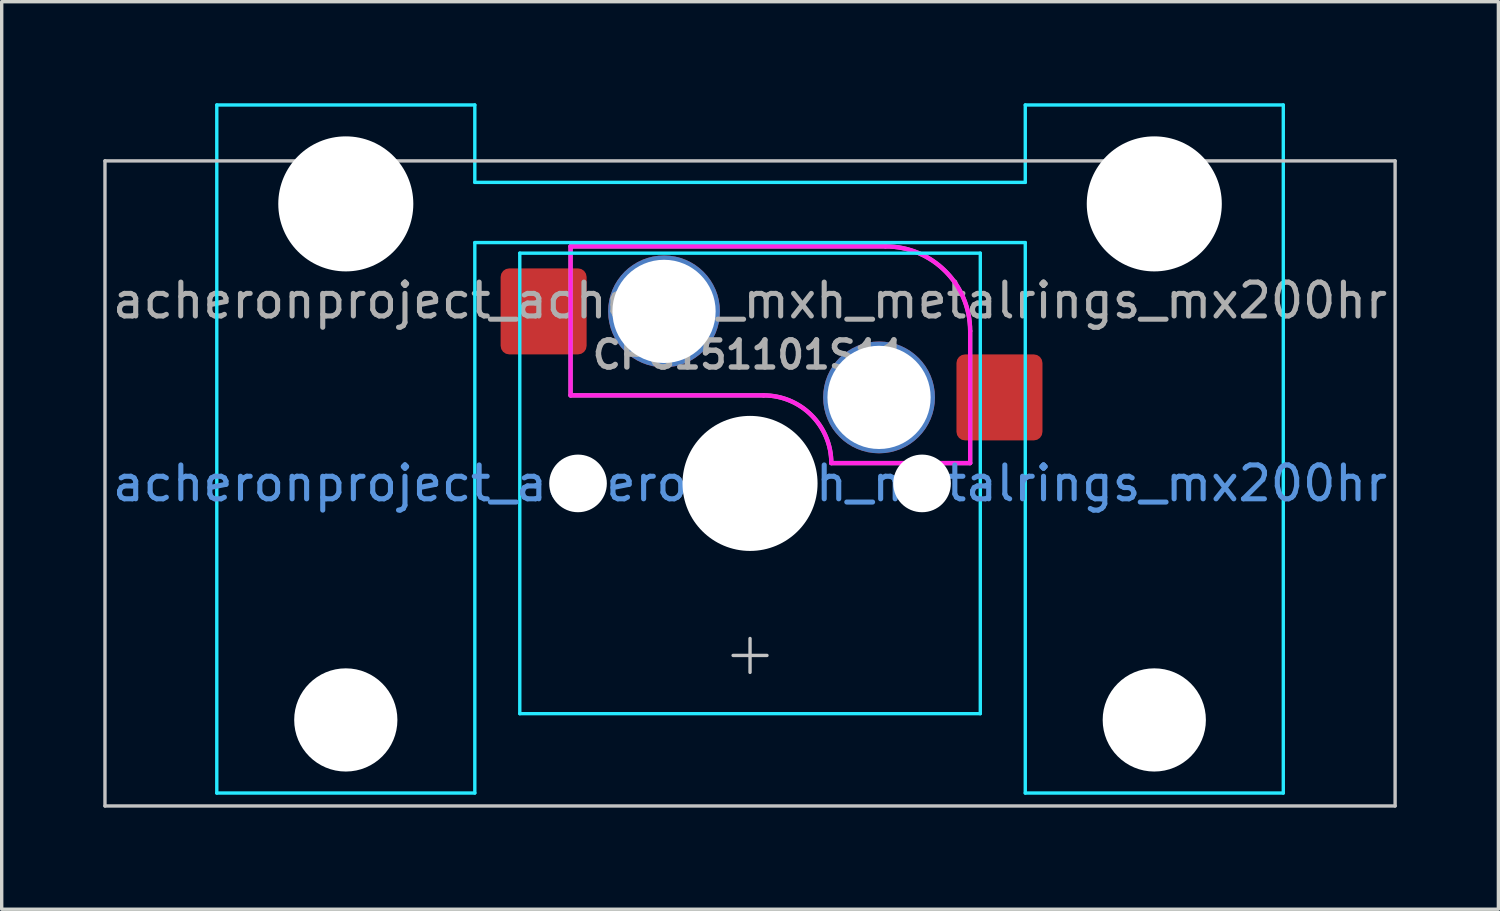
<source format=kicad_pcb>
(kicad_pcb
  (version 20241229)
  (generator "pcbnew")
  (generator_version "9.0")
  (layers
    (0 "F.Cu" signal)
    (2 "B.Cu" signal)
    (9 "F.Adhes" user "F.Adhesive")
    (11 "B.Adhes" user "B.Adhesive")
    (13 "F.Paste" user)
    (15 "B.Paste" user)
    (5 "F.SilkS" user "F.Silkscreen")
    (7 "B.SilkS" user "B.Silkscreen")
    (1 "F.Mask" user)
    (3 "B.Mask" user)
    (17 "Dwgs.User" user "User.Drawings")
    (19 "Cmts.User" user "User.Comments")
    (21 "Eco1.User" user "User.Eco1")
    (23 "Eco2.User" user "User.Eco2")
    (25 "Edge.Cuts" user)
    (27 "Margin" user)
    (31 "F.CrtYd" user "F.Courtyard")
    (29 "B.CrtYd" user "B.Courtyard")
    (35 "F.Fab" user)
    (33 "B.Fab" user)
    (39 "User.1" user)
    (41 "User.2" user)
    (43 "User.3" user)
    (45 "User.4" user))
  (footprint "acheronproject_acheron_mxh_metalrings_mx200hr"
    (layer "F.Cu")
    (at 19.1 11.226)
    (property "Reference" "acheronproject_acheron_mxh_metalrings_mx200hr" (at 0 0 0) (layer "Cmts.User") (effects (font (size 1 1) (thickness 0.15))))
    (attr smd)
    (fp_line (start -19.05 -9.525) (end -19.05 9.525) (stroke (width 0.1) (type solid)) (layer "Dwgs.User"))
    (fp_line (start -19.05 -9.525) (end 19.05 -9.525) (stroke (width 0.1) (type solid)) (layer "Dwgs.User"))
    (fp_line (start -19.05 9.525) (end 19.05 9.525) (stroke (width 0.1) (type solid)) (layer "Dwgs.User"))
    (fp_line (start -0.5 5.08) (end 0.5 5.08) (stroke (width 0.1) (type solid)) (layer "Dwgs.User"))
    (fp_line (start 0 5.58) (end 0 4.58) (stroke (width 0.1) (type solid)) (layer "Dwgs.User"))
    (fp_line (start 19.05 -9.525) (end 19.05 9.525) (stroke (width 0.1) (type solid)) (layer "Dwgs.User"))
    (fp_line (start -15.438 -8.515) (end -15.438 5.485) (stroke (width 0.1) (type solid)) (layer "Eco1.User"))
    (fp_line (start -14.938 -9.015) (end -8.938 -9.015) (stroke (width 0.1) (type solid)) (layer "Eco1.User"))
    (fp_line (start -8.938 5.985) (end -14.938 5.985) (stroke (width 0.1) (type solid)) (layer "Eco1.User"))
    (fp_line (start -8.438 5.485) (end -8.438 -8.515) (stroke (width 0.1) (type solid)) (layer "Eco1.User"))
    (fp_line (start -7 -6.5) (end -7 6.5) (stroke (width 0.1) (type solid)) (layer "Eco1.User"))
    (fp_line (start -6.5 7) (end 6.5 7) (stroke (width 0.1) (type solid)) (layer "Eco1.User"))
    (fp_line (start 6.5 -7) (end -6.5 -7) (stroke (width 0.1) (type solid)) (layer "Eco1.User"))
    (fp_line (start 7 6.5) (end 7 -6.5) (stroke (width 0.1) (type solid)) (layer "Eco1.User"))
    (fp_line (start 8.438 -8.515) (end 8.438 5.485) (stroke (width 0.1) (type solid)) (layer "Eco1.User"))
    (fp_line (start 8.938 -9.015) (end 14.938 -9.015) (stroke (width 0.1) (type solid)) (layer "Eco1.User"))
    (fp_line (start 14.938 5.985) (end 8.938 5.985) (stroke (width 0.1) (type solid)) (layer "Eco1.User"))
    (fp_line (start 15.438 5.485) (end 15.438 -8.515) (stroke (width 0.1) (type solid)) (layer "Eco1.User"))
    (fp_arc (start -15.438 -8.515) (mid -15.291553 -8.868553) (end -14.938 -9.015) (stroke (width 0.1) (type solid)) (layer "Eco1.User"))
    (fp_arc (start -14.938 5.985) (mid -15.291553 5.838553) (end -15.438 5.485) (stroke (width 0.1) (type solid)) (layer "Eco1.User"))
    (fp_arc (start -8.938 -9.015) (mid -8.584447 -8.868553) (end -8.438 -8.515) (stroke (width 0.1) (type solid)) (layer "Eco1.User"))
    (fp_arc (start -8.438 5.485) (mid -8.584447 5.838553) (end -8.938 5.985) (stroke (width 0.1) (type solid)) (layer "Eco1.User"))
    (fp_arc (start -7 -6.5) (mid -6.853553 -6.853553) (end -6.5 -7) (stroke (width 0.1) (type solid)) (layer "Eco1.User"))
    (fp_arc (start -6.5 7) (mid -6.853553 6.853553) (end -7 6.5) (stroke (width 0.1) (type solid)) (layer "Eco1.User"))
    (fp_arc (start 6.5 -7) (mid 6.853553 -6.853553) (end 7 -6.5) (stroke (width 0.1) (type solid)) (layer "Eco1.User"))
    (fp_arc (start 7 6.5) (mid 6.853553 6.853553) (end 6.5 7) (stroke (width 0.1) (type solid)) (layer "Eco1.User"))
    (fp_arc (start 8.438 -8.515) (mid 8.584447 -8.868553) (end 8.938 -9.015) (stroke (width 0.1) (type solid)) (layer "Eco1.User"))
    (fp_arc (start 8.938 5.985) (mid 8.584447 5.838553) (end 8.438 5.485) (stroke (width 0.1) (type solid)) (layer "Eco1.User"))
    (fp_arc (start 14.938 -9.015) (mid 15.291553 -8.868553) (end 15.438 -8.515) (stroke (width 0.1) (type solid)) (layer "Eco1.User"))
    (fp_arc (start 15.438 5.485) (mid 15.291553 5.838553) (end 14.938 5.985) (stroke (width 0.1) (type solid)) (layer "Eco1.User"))
    (fp_line (start -15.748 -11.176) (end -15.748 9.144) (stroke (width 0.1) (type solid)) (layer "B.CrtYd"))
    (fp_line (start -15.748 9.144) (end -8.128 9.144) (stroke (width 0.1) (type solid)) (layer "B.CrtYd"))
    (fp_line (start -8.128 -11.176) (end -15.748 -11.176) (stroke (width 0.1) (type solid)) (layer "B.CrtYd"))
    (fp_line (start -8.128 -8.89) (end -8.128 -11.176) (stroke (width 0.1) (type solid)) (layer "B.CrtYd"))
    (fp_line (start -8.128 -7.112) (end -8.128 9.142) (stroke (width 0.1) (type solid)) (layer "B.CrtYd"))
    (fp_line (start -6.8 -6.8) (end -6.8 6.8) (stroke (width 0.1) (type solid)) (layer "B.CrtYd"))
    (fp_line (start 6.8 -6.8) (end -6.8 -6.8) (stroke (width 0.1) (type solid)) (layer "B.CrtYd"))
    (fp_line (start 6.8 -6.8) (end 6.8 6.8) (stroke (width 0.1) (type solid)) (layer "B.CrtYd"))
    (fp_line (start 6.8 6.8) (end -6.8 6.8) (stroke (width 0.1) (type solid)) (layer "B.CrtYd"))
    (fp_line (start 8.128 -8.89) (end -8.128 -8.89) (stroke (width 0.1) (type solid)) (layer "B.CrtYd"))
    (fp_line (start 8.128 -8.89) (end 8.128 -11.176) (stroke (width 0.1) (type solid)) (layer "B.CrtYd"))
    (fp_line (start 8.128 -7.112) (end -8.128 -7.112) (stroke (width 0.1) (type solid)) (layer "B.CrtYd"))
    (fp_line (start 8.128 -7.112) (end 8.128 9.144) (stroke (width 0.1) (type solid)) (layer "B.CrtYd"))
    (fp_line (start 8.128 9.144) (end 15.748 9.144) (stroke (width 0.1) (type solid)) (layer "B.CrtYd"))
    (fp_line (start 15.748 -11.176) (end 8.128 -11.176) (stroke (width 0.1) (type solid)) (layer "B.CrtYd"))
    (fp_line (start 15.748 9.144) (end 15.748 -11.176) (stroke (width 0.1) (type solid)) (layer "B.CrtYd"))
    (fp_line (start -5.3 -7) (end -5.3 -2.6) (stroke (width 0.127) (type solid)) (layer "F.CrtYd"))
    (fp_line (start -5.3 -7) (end 4 -7) (stroke (width 0.127) (type solid)) (layer "F.CrtYd"))
    (fp_line (start 0.4 -2.6) (end -5.3 -2.6) (stroke (width 0.127) (type solid)) (layer "F.CrtYd"))
    (fp_line (start 6.5 -4.5) (end 6.5 -0.6) (stroke (width 0.127) (type solid)) (layer "F.CrtYd"))
    (fp_line (start 6.5 -0.6) (end 2.4 -0.6) (stroke (width 0.127) (type solid)) (layer "F.CrtYd"))
    (fp_arc (start 0.4 -2.6) (mid 1.814214 -2.014214) (end 2.4 -0.6) (stroke (width 0.127) (type solid)) (layer "F.CrtYd"))
    (fp_arc (start 4 -7) (mid 5.767767 -6.267767) (end 6.5 -4.5) (stroke (width 0.127) (type solid)) (layer "F.CrtYd"))
    (fp_line (start -5.3 -7) (end -5.3 -2.6) (stroke (width 0.127) (type solid)) (layer "F.Fab"))
    (fp_line (start -5.3 -7) (end 4 -7) (stroke (width 0.127) (type solid)) (layer "F.Fab"))
    (fp_line (start -0.5 0) (end 0.5 0) (stroke (width 0.1) (type solid)) (layer "F.Fab"))
    (fp_line (start 0 0.5) (end 0 -0.5) (stroke (width 0.1) (type solid)) (layer "F.Fab"))
    (fp_line (start 0.4 -2.6) (end -5.3 -2.6) (stroke (width 0.127) (type solid)) (layer "F.Fab"))
    (fp_line (start 6.5 -4.5) (end 6.5 -0.6) (stroke (width 0.127) (type solid)) (layer "F.Fab"))
    (fp_line (start 6.5 -0.6) (end 2.4 -0.6) (stroke (width 0.127) (type solid)) (layer "F.Fab"))
    (fp_arc (start 0.400001 -2.600001) (mid 1.814214 -2.014214) (end 2.4 -0.6) (stroke (width 0.127) (type solid)) (layer "F.Fab"))
    (fp_arc (start 4.000001 -7.000001) (mid 5.767768 -6.267767) (end 6.5 -4.5) (stroke (width 0.127) (type solid)) (layer "F.Fab"))
    (fp_text user "CPG151101S11" (at 0 -3.8 0) (unlocked yes) (layer "F.Fab") (effects (font (size 0.8 0.8) (thickness 0.16))))
    (fp_text user "${REFERENCE}" (at 0 -5.4 0) (layer "F.Fab") (effects (font (size 1 1) (thickness 0.15))))
    (pad "" np_thru_hole circle (at -11.938 -8.255 180) (size 3.988 3.988) (drill 3.988) (layers "*.Cu" "*.Mask"))
    (pad "" np_thru_hole circle (at -11.938 6.985 180) (size 3.048 3.048) (drill 3.048) (layers "*.Cu" "*.Mask"))
    (pad "" np_thru_hole circle (at -5.08 0) (size 1.702 1.702) (drill 1.702) (layers "*.Cu" "*.Mask"))
    (pad "" np_thru_hole circle (at -2.54 -5.08) (size 3.302 3.302) (drill 3.048) (layers "*.Cu" "*.Mask"))
    (pad "" np_thru_hole circle (at 0 0) (size 3.988 3.988) (drill 3.988) (layers "*.Cu" "*.Mask"))
    (pad "" np_thru_hole circle (at 3.81 -2.54) (size 3.302 3.302) (drill 3.048) (layers "*.Cu" "*.Mask"))
    (pad "" np_thru_hole circle (at 5.08 0) (size 1.702 1.702) (drill 1.702) (layers "*.Cu" "*.Mask"))
    (pad "" np_thru_hole circle (at 11.938 -8.255 180) (size 3.988 3.988) (drill 3.988) (layers "*.Cu" "*.Mask"))
    (pad "" np_thru_hole circle (at 11.938 6.985 180) (size 3.048 3.048) (drill 3.048) (layers "*.Cu" "*.Mask"))
    (pad "1" smd roundrect (at -6.096 -5.08) (size 2.54 2.54) (layers "F.Cu" "F.Mask") (roundrect_rratio 0.1))
    (pad "2" smd roundrect (at 7.366 -2.54) (size 2.54 2.54) (layers "F.Cu" "F.Mask") (roundrect_rratio 0.1)))
  (gr_rect
    (start -3 -3)
    (end 41.2 23.801)
    (stroke (width 0.1) (type default))
    (fill no)
    (layer "Edge.Cuts")))
</source>
